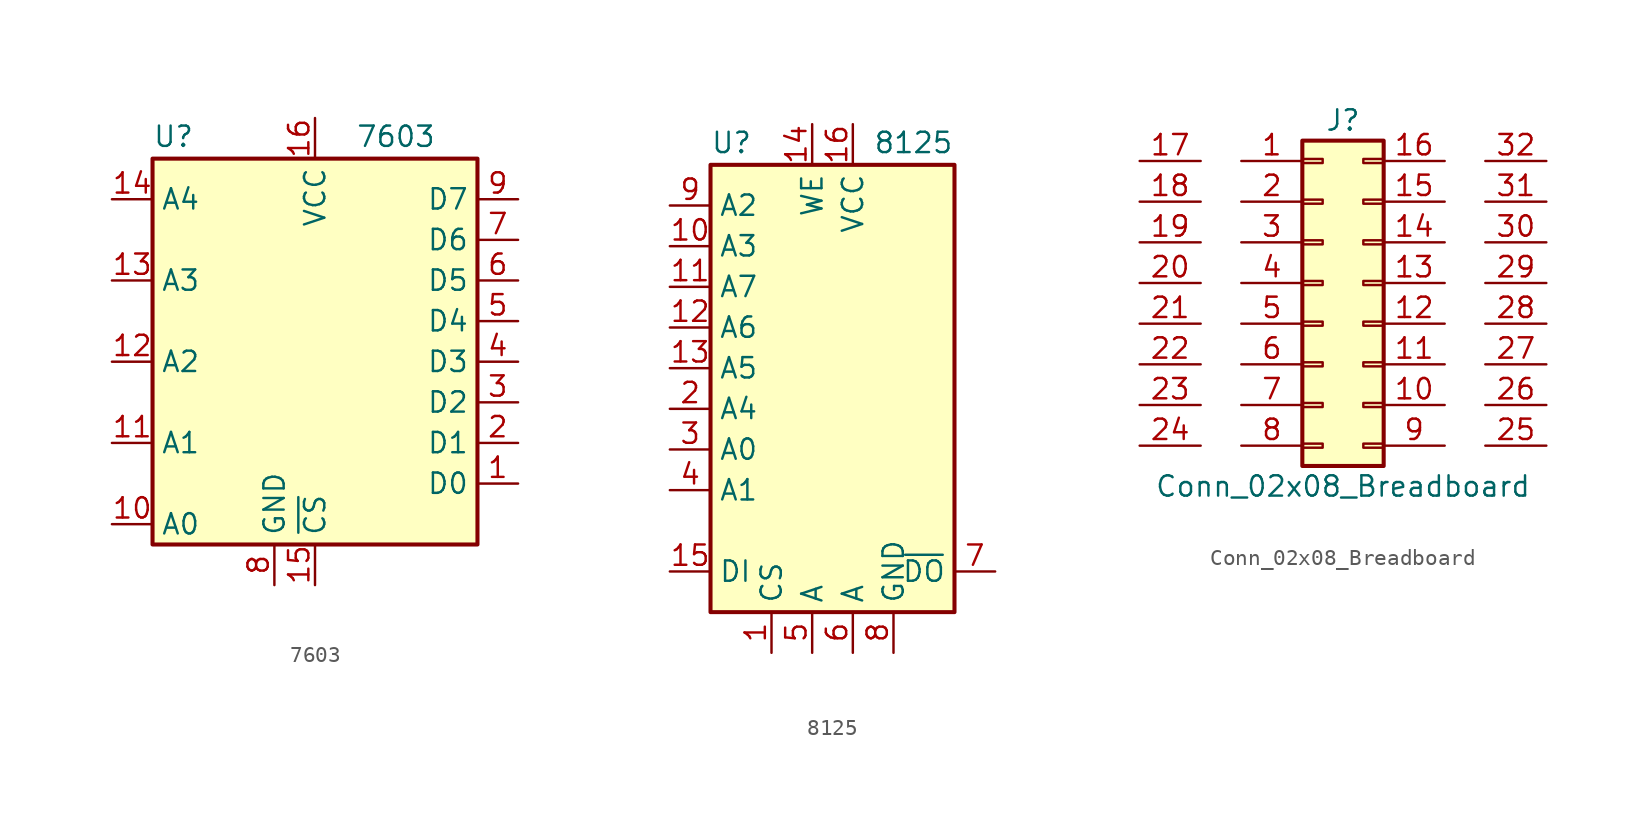
<source format=kicad_sym>
(kicad_symbol_lib
  (version 20231120)
  (generator "kicad_symbol_editor")
  (generator_version "8.0")
  (symbol "7603"
    (property "Reference" "U"
      (at -10.16 12.065 0)
      (effects (font (size 1.27 1.27)) (justify left bottom)))
    (property "Value" "7603"
      (at 2.54 12.065 0)
      (effects (font (size 1.27 1.27)) (justify left bottom)))
    (symbol "7603_0_1"
      (rectangle (start 10.16 11.43) (end -10.16 -12.7) (stroke (width 0.254) (type default)) (fill (type background))))
    (symbol "7603_1_0"
      (pin power_in line (at 0 13.97 270) (length 2.54) (name "VCC" (effects (font (size 1.27 1.27)))) (number "16" (effects (font (size 1.27 1.27)))))
      (pin power_in line (at -2.54 -15.24 90) (length 2.54) (name "GND" (effects (font (size 1.27 1.27)))) (number "8" (effects (font (size 1.27 1.27))))))
    (symbol "7603_1_1"
      (pin input line (at 12.7 -8.89 180) (length 2.54) (name "D0" (effects (font (size 1.27 1.27)))) (number "1" (effects (font (size 1.27 1.27)))))
      (pin input line (at -12.7 -11.43 0) (length 2.54) (name "A0" (effects (font (size 1.27 1.27)))) (number "10" (effects (font (size 1.27 1.27)))))
      (pin tri_state line (at -12.7 -6.35 0) (length 2.54) (name "A1" (effects (font (size 1.27 1.27)))) (number "11" (effects (font (size 1.27 1.27)))))
      (pin tri_state line (at -12.7 -1.27 0) (length 2.54) (name "A2" (effects (font (size 1.27 1.27)))) (number "12" (effects (font (size 1.27 1.27)))))
      (pin tri_state line (at -12.7 3.81 0) (length 2.54) (name "A3" (effects (font (size 1.27 1.27)))) (number "13" (effects (font (size 1.27 1.27)))))
      (pin tri_state line (at -12.7 8.89 0) (length 2.54) (name "A4" (effects (font (size 1.27 1.27)))) (number "14" (effects (font (size 1.27 1.27)))))
      (pin input line (at 0 -15.24 90) (length 2.54) (name "~{CS}" (effects (font (size 1.27 1.27)))) (number "15" (effects (font (size 1.27 1.27)))))
      (pin input line (at 12.7 -6.35 180) (length 2.54) (name "D1" (effects (font (size 1.27 1.27)))) (number "2" (effects (font (size 1.27 1.27)))))
      (pin input line (at 12.7 -3.81 180) (length 2.54) (name "D2" (effects (font (size 1.27 1.27)))) (number "3" (effects (font (size 1.27 1.27)))))
      (pin input line (at 12.7 -1.27 180) (length 2.54) (name "D3" (effects (font (size 1.27 1.27)))) (number "4" (effects (font (size 1.27 1.27)))))
      (pin input line (at 12.7 1.27 180) (length 2.54) (name "D4" (effects (font (size 1.27 1.27)))) (number "5" (effects (font (size 1.27 1.27)))))
      (pin input line (at 12.7 3.81 180) (length 2.54) (name "D5" (effects (font (size 1.27 1.27)))) (number "6" (effects (font (size 1.27 1.27)))))
      (pin input line (at 12.7 6.35 180) (length 2.54) (name "D6" (effects (font (size 1.27 1.27)))) (number "7" (effects (font (size 1.27 1.27)))))
      (pin input line (at 12.7 8.89 180) (length 2.54) (name "D7" (effects (font (size 1.27 1.27)))) (number "9" (effects (font (size 1.27 1.27)))))))
  (symbol "8125"
    (property "Reference" "U"
      (at -7.62 14.605 0)
      (effects (font (size 1.27 1.27)) (justify left bottom)))
    (property "Value" "8125"
      (at 2.54 14.605 0)
      (effects (font (size 1.27 1.27)) (justify left bottom)))
    (symbol "8125_0_1"
      (rectangle (start -7.62 13.97) (end 7.62 -13.97) (stroke (width 0.254) (type default)) (fill (type background))))
    (symbol "8125_1_0"
      (pin power_in line (at 1.27 16.51 270) (length 2.54) (name "VCC" (effects (font (size 1.27 1.27)))) (number "16" (effects (font (size 1.27 1.27)))))
      (pin power_in line (at 3.81 -16.51 90) (length 2.54) (name "GND" (effects (font (size 1.27 1.27)))) (number "8" (effects (font (size 1.27 1.27))))))
    (symbol "8125_1_1"
      (pin input line (at -3.81 -16.51 90) (length 2.54) (name "CS" (effects (font (size 1.27 1.27)))) (number "1" (effects (font (size 1.27 1.27)))))
      (pin input line (at -10.16 8.89 0) (length 2.54) (name "A3" (effects (font (size 1.27 1.27)))) (number "10" (effects (font (size 1.27 1.27)))))
      (pin input line (at -10.16 6.35 0) (length 2.54) (name "A7" (effects (font (size 1.27 1.27)))) (number "11" (effects (font (size 1.27 1.27)))))
      (pin input line (at -10.16 3.81 0) (length 2.54) (name "A6" (effects (font (size 1.27 1.27)))) (number "12" (effects (font (size 1.27 1.27)))))
      (pin input line (at -10.16 1.27 0) (length 2.54) (name "A5" (effects (font (size 1.27 1.27)))) (number "13" (effects (font (size 1.27 1.27)))))
      (pin input line (at -1.27 16.51 270) (length 2.54) (name "WE" (effects (font (size 1.27 1.27)))) (number "14" (effects (font (size 1.27 1.27)))))
      (pin tri_state line (at -10.16 -11.43 0) (length 2.54) (name "DI" (effects (font (size 1.27 1.27)))) (number "15" (effects (font (size 1.27 1.27)))))
      (pin input line (at -10.16 -1.27 0) (length 2.54) (name "A4" (effects (font (size 1.27 1.27)))) (number "2" (effects (font (size 1.27 1.27)))))
      (pin input line (at -10.16 -3.81 0) (length 2.54) (name "A0" (effects (font (size 1.27 1.27)))) (number "3" (effects (font (size 1.27 1.27)))))
      (pin input line (at -10.16 -6.35 0) (length 2.54) (name "A1" (effects (font (size 1.27 1.27)))) (number "4" (effects (font (size 1.27 1.27)))))
      (pin tri_state line (at -1.27 -16.51 90) (length 2.54) (name "A" (effects (font (size 1.27 1.27)))) (number "5" (effects (font (size 1.27 1.27)))))
      (pin tri_state line (at 1.27 -16.51 90) (length 2.54) (name "A" (effects (font (size 1.27 1.27)))) (number "6" (effects (font (size 1.27 1.27)))))
      (pin tri_state line (at 10.16 -11.43 180) (length 2.54) (name "~{DO}" (effects (font (size 1.27 1.27)))) (number "7" (effects (font (size 1.27 1.27)))))
      (pin input line (at -10.16 11.43 0) (length 2.54) (name "A2" (effects (font (size 1.27 1.27)))) (number "9" (effects (font (size 1.27 1.27)))))))
  (symbol "Conn_02x08_Breadboard"
    (pin_names
      (offset 1.016) hide)
    (property "Reference" "J"
      (at 1.27 10.16 0)
      (effects (font (size 1.27 1.27))))
    (property "Value" "Conn_02x08_Breadboard"
      (at 1.27 -12.7 0)
      (effects (font (size 1.27 1.27))))
    (symbol "Conn_02x08_Breadboard_1_1"
      (rectangle (start -1.27 -10.033) (end 0 -10.287) (stroke (width 0.152) (type default)) (fill (type none)))
      (rectangle (start -1.27 -7.493) (end 0 -7.747) (stroke (width 0.152) (type default)) (fill (type none)))
      (rectangle (start -1.27 -4.953) (end 0 -5.207) (stroke (width 0.152) (type default)) (fill (type none)))
      (rectangle (start -1.27 -2.413) (end 0 -2.667) (stroke (width 0.152) (type default)) (fill (type none)))
      (rectangle (start -1.27 0.127) (end 0 -0.127) (stroke (width 0.152) (type default)) (fill (type none)))
      (rectangle (start -1.27 2.667) (end 0 2.413) (stroke (width 0.152) (type default)) (fill (type none)))
      (rectangle (start -1.27 5.207) (end 0 4.953) (stroke (width 0.152) (type default)) (fill (type none)))
      (rectangle (start -1.27 7.747) (end 0 7.493) (stroke (width 0.152) (type default)) (fill (type none)))
      (rectangle (start -1.27 8.89) (end 3.81 -11.43) (stroke (width 0.254) (type default)) (fill (type background)))
      (rectangle (start 3.81 -10.033) (end 2.54 -10.287) (stroke (width 0.152) (type default)) (fill (type none)))
      (rectangle (start 3.81 -7.493) (end 2.54 -7.747) (stroke (width 0.152) (type default)) (fill (type none)))
      (rectangle (start 3.81 -4.953) (end 2.54 -5.207) (stroke (width 0.152) (type default)) (fill (type none)))
      (rectangle (start 3.81 -2.413) (end 2.54 -2.667) (stroke (width 0.152) (type default)) (fill (type none)))
      (rectangle (start 3.81 0.127) (end 2.54 -0.127) (stroke (width 0.152) (type default)) (fill (type none)))
      (rectangle (start 3.81 2.667) (end 2.54 2.413) (stroke (width 0.152) (type default)) (fill (type none)))
      (rectangle (start 3.81 5.207) (end 2.54 4.953) (stroke (width 0.152) (type default)) (fill (type none)))
      (rectangle (start 3.81 7.747) (end 2.54 7.493) (stroke (width 0.152) (type default)) (fill (type none)))
      (pin passive line (at -5.08 7.62 0) (length 3.81) (name "Pin_1" (effects (font (size 1.27 1.27)))) (number "1" (effects (font (size 1.27 1.27)))))
      (pin passive line (at 7.62 -7.62 180) (length 3.81) (name "Pin_10" (effects (font (size 1.27 1.27)))) (number "10" (effects (font (size 1.27 1.27)))))
      (pin passive line (at 7.62 -5.08 180) (length 3.81) (name "Pin_11" (effects (font (size 1.27 1.27)))) (number "11" (effects (font (size 1.27 1.27)))))
      (pin passive line (at 7.62 -2.54 180) (length 3.81) (name "Pin_12" (effects (font (size 1.27 1.27)))) (number "12" (effects (font (size 1.27 1.27)))))
      (pin passive line (at 7.62 0 180) (length 3.81) (name "Pin_13" (effects (font (size 1.27 1.27)))) (number "13" (effects (font (size 1.27 1.27)))))
      (pin passive line (at 7.62 2.54 180) (length 3.81) (name "Pin_14" (effects (font (size 1.27 1.27)))) (number "14" (effects (font (size 1.27 1.27)))))
      (pin passive line (at 7.62 5.08 180) (length 3.81) (name "Pin_15" (effects (font (size 1.27 1.27)))) (number "15" (effects (font (size 1.27 1.27)))))
      (pin passive line (at 7.62 7.62 180) (length 3.81) (name "Pin_16" (effects (font (size 1.27 1.27)))) (number "16" (effects (font (size 1.27 1.27)))))
      (pin passive line (at -7.62 7.62 180) (length 3.81) (name "Pin_1" (effects (font (size 1.27 1.27)))) (number "17" (effects (font (size 1.27 1.27)))))
      (pin passive line (at -7.62 5.08 180) (length 3.81) (name "Pin_2" (effects (font (size 1.27 1.27)))) (number "18" (effects (font (size 1.27 1.27)))))
      (pin passive line (at -7.62 2.54 180) (length 3.81) (name "Pin_3" (effects (font (size 1.27 1.27)))) (number "19" (effects (font (size 1.27 1.27)))))
      (pin passive line (at -5.08 5.08 0) (length 3.81) (name "Pin_2" (effects (font (size 1.27 1.27)))) (number "2" (effects (font (size 1.27 1.27)))))
      (pin passive line (at -7.62 0 180) (length 3.81) (name "Pin_4" (effects (font (size 1.27 1.27)))) (number "20" (effects (font (size 1.27 1.27)))))
      (pin passive line (at -7.62 -2.54 180) (length 3.81) (name "Pin_5" (effects (font (size 1.27 1.27)))) (number "21" (effects (font (size 1.27 1.27)))))
      (pin passive line (at -7.62 -5.08 180) (length 3.81) (name "Pin_6" (effects (font (size 1.27 1.27)))) (number "22" (effects (font (size 1.27 1.27)))))
      (pin passive line (at -7.62 -7.62 180) (length 3.81) (name "Pin_7" (effects (font (size 1.27 1.27)))) (number "23" (effects (font (size 1.27 1.27)))))
      (pin passive line (at -7.62 -10.16 180) (length 3.81) (name "Pin_8" (effects (font (size 1.27 1.27)))) (number "24" (effects (font (size 1.27 1.27)))))
      (pin passive line (at 10.16 -10.16 0) (length 3.81) (name "Pin_9" (effects (font (size 1.27 1.27)))) (number "25" (effects (font (size 1.27 1.27)))))
      (pin passive line (at 10.16 -7.62 0) (length 3.81) (name "Pin_10" (effects (font (size 1.27 1.27)))) (number "26" (effects (font (size 1.27 1.27)))))
      (pin passive line (at 10.16 -5.08 0) (length 3.81) (name "Pin_11" (effects (font (size 1.27 1.27)))) (number "27" (effects (font (size 1.27 1.27)))))
      (pin passive line (at 10.16 -2.54 0) (length 3.81) (name "Pin_12" (effects (font (size 1.27 1.27)))) (number "28" (effects (font (size 1.27 1.27)))))
      (pin passive line (at 10.16 0 0) (length 3.81) (name "Pin_13" (effects (font (size 1.27 1.27)))) (number "29" (effects (font (size 1.27 1.27)))))
      (pin passive line (at -5.08 2.54 0) (length 3.81) (name "Pin_3" (effects (font (size 1.27 1.27)))) (number "3" (effects (font (size 1.27 1.27)))))
      (pin passive line (at 10.16 2.54 0) (length 3.81) (name "Pin_14" (effects (font (size 1.27 1.27)))) (number "30" (effects (font (size 1.27 1.27)))))
      (pin passive line (at 10.16 5.08 0) (length 3.81) (name "Pin_15" (effects (font (size 1.27 1.27)))) (number "31" (effects (font (size 1.27 1.27)))))
      (pin passive line (at 10.16 7.62 0) (length 3.81) (name "Pin_16" (effects (font (size 1.27 1.27)))) (number "32" (effects (font (size 1.27 1.27)))))
      (pin passive line (at -5.08 0 0) (length 3.81) (name "Pin_4" (effects (font (size 1.27 1.27)))) (number "4" (effects (font (size 1.27 1.27)))))
      (pin passive line (at -5.08 -2.54 0) (length 3.81) (name "Pin_5" (effects (font (size 1.27 1.27)))) (number "5" (effects (font (size 1.27 1.27)))))
      (pin passive line (at -5.08 -5.08 0) (length 3.81) (name "Pin_6" (effects (font (size 1.27 1.27)))) (number "6" (effects (font (size 1.27 1.27)))))
      (pin passive line (at -5.08 -7.62 0) (length 3.81) (name "Pin_7" (effects (font (size 1.27 1.27)))) (number "7" (effects (font (size 1.27 1.27)))))
      (pin passive line (at -5.08 -10.16 0) (length 3.81) (name "Pin_8" (effects (font (size 1.27 1.27)))) (number "8" (effects (font (size 1.27 1.27)))))
      (pin passive line (at 7.62 -10.16 180) (length 3.81) (name "Pin_9" (effects (font (size 1.27 1.27)))) (number "9" (effects (font (size 1.27 1.27))))))))
</source>
